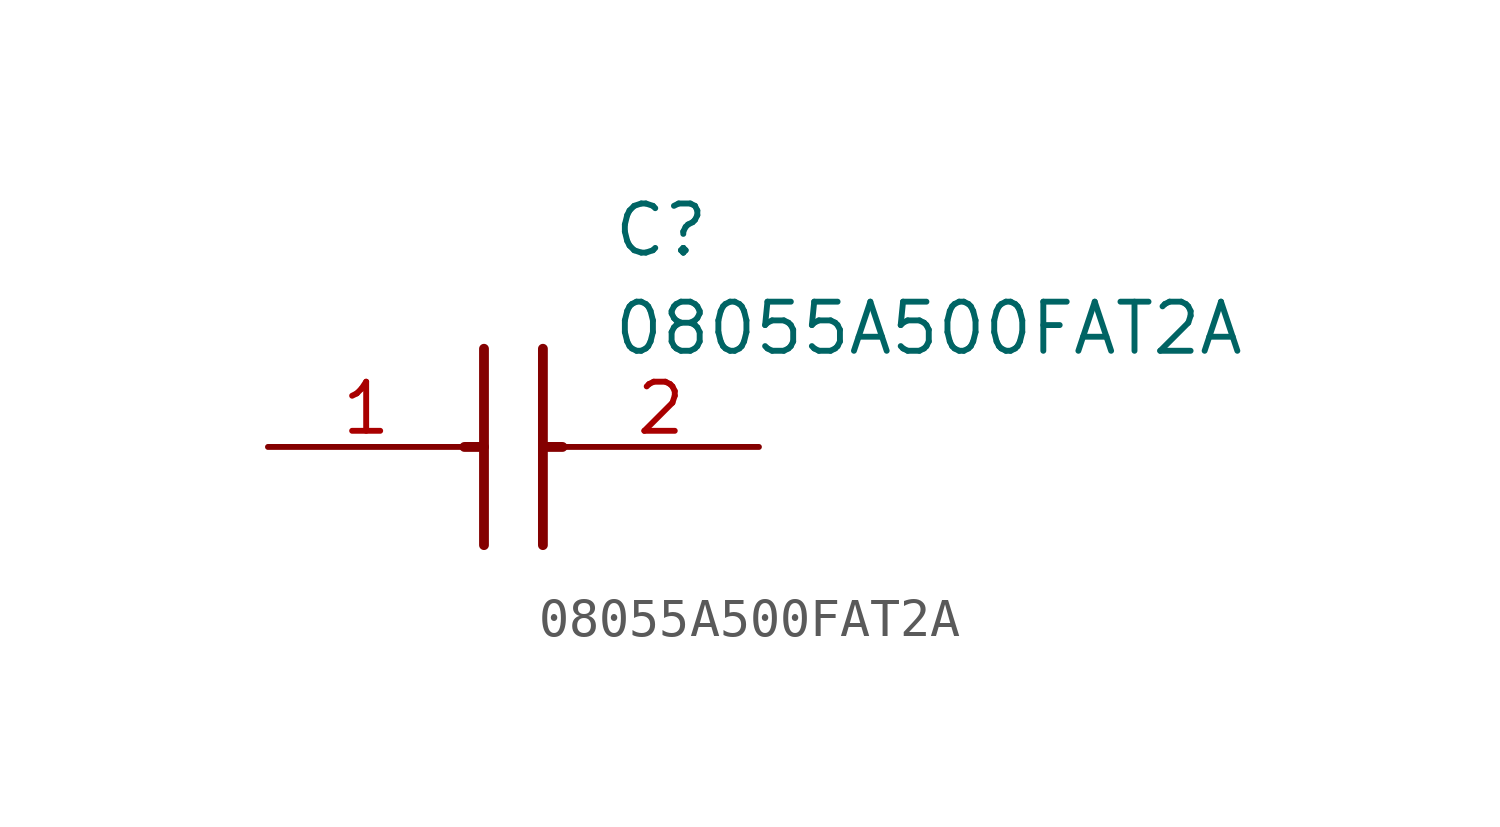
<source format=kicad_sym>
(kicad_symbol_lib
  (version 20211014)
  (generator SamacSys_ECAD_Model)
  (symbol "08055A500FAT2A"
    (pin_names hide)
    (property "Reference" "C"
      (at 8.89 6.35 0)
      (effects (font (size 1.27 1.27)) (justify left top)))
    (property "Value" "08055A500FAT2A"
      (at 8.89 3.81 0)
      (effects (font (size 1.27 1.27)) (justify left top)))
    (polyline
      (pts (xy 5.588 2.54) (xy 5.588 -2.54))
      (stroke (width 0.254) (type default))
      (fill (type none)))
    (polyline
      (pts (xy 7.112 2.54) (xy 7.112 -2.54))
      (stroke (width 0.254) (type default))
      (fill (type none)))
    (polyline
      (pts (xy 5.08 0) (xy 5.588 0))
      (stroke (width 0.254) (type default))
      (fill (type none)))
    (polyline
      (pts (xy 7.112 0) (xy 7.62 0))
      (stroke (width 0.254) (type default))
      (fill (type none)))
    (pin passive line
      (at 0 0 0)
      (length 5.08)
      (name "1" (effects (font (size 1.27 1.27))))
      (number "1" (effects (font (size 1.27 1.27)))))
    (pin passive line
      (at 12.7 0 180)
      (length 5.08)
      (name "2" (effects (font (size 1.27 1.27))))
      (number "2" (effects (font (size 1.27 1.27)))))))
</source>
